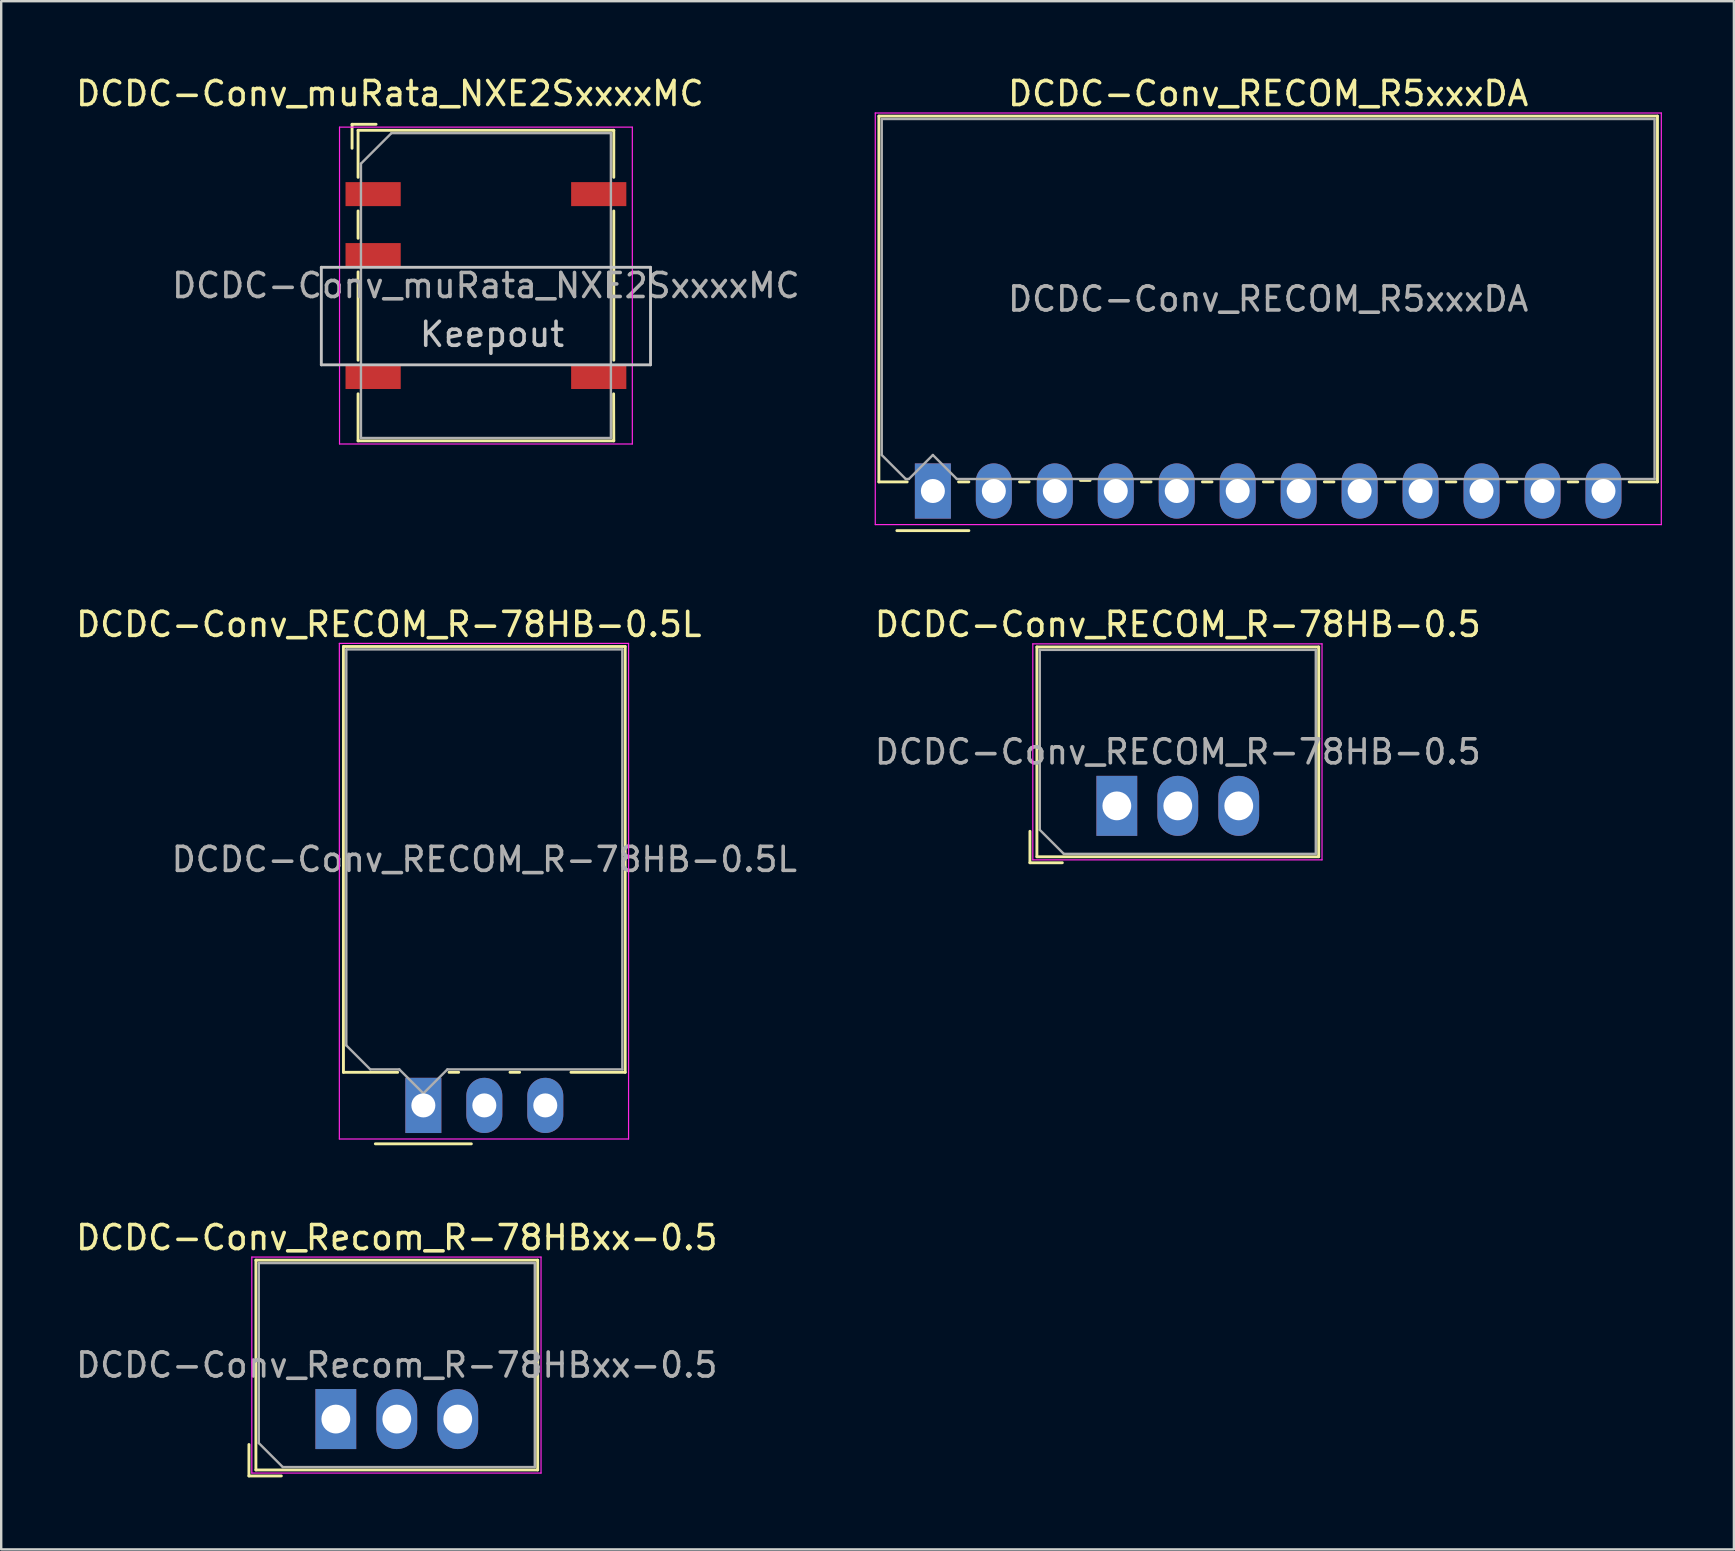
<source format=kicad_pcb>
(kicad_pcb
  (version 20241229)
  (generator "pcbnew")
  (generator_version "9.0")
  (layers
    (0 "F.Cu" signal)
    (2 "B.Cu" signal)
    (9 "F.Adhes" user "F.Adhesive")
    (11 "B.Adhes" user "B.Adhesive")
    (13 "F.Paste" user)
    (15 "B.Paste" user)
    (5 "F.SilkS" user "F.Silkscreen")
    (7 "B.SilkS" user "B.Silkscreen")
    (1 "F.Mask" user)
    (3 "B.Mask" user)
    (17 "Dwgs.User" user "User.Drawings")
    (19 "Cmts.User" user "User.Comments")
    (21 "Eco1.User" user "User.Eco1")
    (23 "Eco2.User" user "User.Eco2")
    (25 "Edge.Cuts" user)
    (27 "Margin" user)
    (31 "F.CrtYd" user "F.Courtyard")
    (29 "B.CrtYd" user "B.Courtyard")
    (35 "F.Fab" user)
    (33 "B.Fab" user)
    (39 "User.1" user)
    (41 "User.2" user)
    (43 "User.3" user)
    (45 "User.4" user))
  (footprint "DCDC-Conv_Recom_R-78HBxx-0.5"
    (layer "F.Cu")
    (at 10.942 56.075)
    (property "Reference" "DCDC-Conv_Recom_R-78HBxx-0.5" (at 2.54 -7.56 0) (layer "F.SilkS") (effects (font (size 1 1) (thickness 0.15))))
    (attr through_hole)
    (fp_line (start -3.62 1.06) (end -3.62 2.37) (stroke (width 0.12) (type solid)) (layer "F.SilkS"))
    (fp_line (start -3.62 2.37) (end -2.27 2.37) (stroke (width 0.12) (type solid)) (layer "F.SilkS"))
    (fp_line (start -3.33 -6.62) (end -3.33 2.12) (stroke (width 0.12) (type solid)) (layer "F.SilkS"))
    (fp_line (start -3.33 -6.62) (end 8.41 -6.62) (stroke (width 0.12) (type solid)) (layer "F.SilkS"))
    (fp_line (start -3.33 2.12) (end 8.41 2.12) (stroke (width 0.12) (type solid)) (layer "F.SilkS"))
    (fp_line (start 8.41 -6.62) (end 8.41 2.12) (stroke (width 0.12) (type solid)) (layer "F.SilkS"))
    (fp_line (start -3.5 -6.75) (end -3.5 2.25) (stroke (width 0.05) (type solid)) (layer "F.CrtYd"))
    (fp_line (start -3.5 2.25) (end 8.55 2.25) (stroke (width 0.05) (type solid)) (layer "F.CrtYd"))
    (fp_line (start 8.55 -6.75) (end -3.5 -6.75) (stroke (width 0.05) (type solid)) (layer "F.CrtYd"))
    (fp_line (start 8.55 2.25) (end 8.55 -6.75) (stroke (width 0.05) (type solid)) (layer "F.CrtYd"))
    (fp_line (start -3.21 -6.5) (end 8.29 -6.5) (stroke (width 0.1) (type solid)) (layer "F.Fab"))
    (fp_line (start -3.21 1) (end -3.21 -6.5) (stroke (width 0.1) (type solid)) (layer "F.Fab"))
    (fp_line (start -2.21 2) (end -3.21 1) (stroke (width 0.1) (type solid)) (layer "F.Fab"))
    (fp_line (start 8.29 -6.5) (end 8.29 2) (stroke (width 0.1) (type solid)) (layer "F.Fab"))
    (fp_line (start 8.29 2) (end -2.21 2) (stroke (width 0.1) (type solid)) (layer "F.Fab"))
    (fp_text user "${REFERENCE}" (at 2.54 -2.25 0) (layer "F.Fab") (effects (font (size 1 1) (thickness 0.15))))
    (pad "1" thru_hole rect (at 0 0) (size 1.7 2.5) (drill 1.2) (layers "*.Cu" "*.Mask"))
    (pad "2" thru_hole oval (at 2.54 0) (size 1.7 2.5) (drill 1.2) (layers "*.Cu" "*.Mask"))
    (pad "3" thru_hole oval (at 5.08 0) (size 1.7 2.5) (drill 1.2) (layers "*.Cu" "*.Mask")))
  (footprint "DCDC-Conv_muRata_NXE2SxxxxMC"
    (layer "F.Cu")
    (at 17.196 8.848)
    (property "Reference" "DCDC-Conv_muRata_NXE2SxxxxMC" (at -4 -8 0) (layer "F.SilkS") (effects (font (size 1 1) (thickness 0.15))))
    (attr smd)
    (fp_line (start -5.577 -6.72) (end -5.577 -5.72) (stroke (width 0.12) (type solid)) (layer "F.SilkS"))
    (fp_line (start -5.327 -6.47) (end 5.327 -6.47) (stroke (width 0.12) (type solid)) (layer "F.SilkS"))
    (fp_line (start -5.327 -4.51) (end -5.327 -6.47) (stroke (width 0.12) (type solid)) (layer "F.SilkS"))
    (fp_line (start -5.327 -1.97) (end -5.327 -3.11) (stroke (width 0.12) (type solid)) (layer "F.SilkS"))
    (fp_line (start -5.327 3.11) (end -5.327 -0.57) (stroke (width 0.12) (type solid)) (layer "F.SilkS"))
    (fp_line (start -5.327 6.47) (end -5.327 4.51) (stroke (width 0.12) (type solid)) (layer "F.SilkS"))
    (fp_line (start -4.577 -6.72) (end -5.577 -6.72) (stroke (width 0.12) (type solid)) (layer "F.SilkS"))
    (fp_line (start 5.32 4.51) (end 5.327 6.47) (stroke (width 0.12) (type solid)) (layer "F.SilkS"))
    (fp_line (start 5.327 -6.47) (end 5.327 -4.51) (stroke (width 0.12) (type solid)) (layer "F.SilkS"))
    (fp_line (start 5.327 -3.11) (end 5.327 3.11) (stroke (width 0.12) (type solid)) (layer "F.SilkS"))
    (fp_line (start 5.327 6.47) (end -5.327 6.47) (stroke (width 0.12) (type solid)) (layer "F.SilkS"))
    (fp_line (start -6.858 -0.762) (end 6.858 -0.762) (stroke (width 0.12) (type solid)) (layer "Dwgs.User"))
    (fp_line (start -6.858 3.302) (end -6.858 -0.762) (stroke (width 0.12) (type solid)) (layer "Dwgs.User"))
    (fp_line (start 6.858 -0.762) (end 6.858 3.302) (stroke (width 0.12) (type solid)) (layer "Dwgs.User"))
    (fp_line (start 6.858 3.302) (end -6.858 3.302) (stroke (width 0.12) (type solid)) (layer "Dwgs.User"))
    (fp_line (start -6.1 6.6) (end -6.1 -6.6) (stroke (width 0.05) (type solid)) (layer "F.CrtYd"))
    (fp_line (start 6.1 -6.6) (end -6.1 -6.6) (stroke (width 0.05) (type solid)) (layer "F.CrtYd"))
    (fp_line (start 6.1 -6.6) (end 6.1 6.6) (stroke (width 0.05) (type solid)) (layer "F.CrtYd"))
    (fp_line (start 6.1 6.6) (end -6.1 6.6) (stroke (width 0.05) (type solid)) (layer "F.CrtYd"))
    (fp_line (start -5.207 6.35) (end -5.207 -5.08) (stroke (width 0.1) (type solid)) (layer "F.Fab"))
    (fp_line (start -3.937 -6.35) (end -5.207 -5.08) (stroke (width 0.1) (type solid)) (layer "F.Fab"))
    (fp_line (start -3.937 -6.35) (end 5.207 -6.35) (stroke (width 0.1) (type solid)) (layer "F.Fab"))
    (fp_line (start 5.207 -6.35) (end 5.207 6.35) (stroke (width 0.1) (type solid)) (layer "F.Fab"))
    (fp_line (start 5.207 6.35) (end -5.207 6.35) (stroke (width 0.1) (type solid)) (layer "F.Fab"))
    (fp_text user "Keepout" (at 0.254 2.032 0) (layer "Dwgs.User") (effects (font (size 1 1) (thickness 0.15))))
    (fp_text user "${REFERENCE}" (at 0 0 0) (layer "F.Fab") (effects (font (size 1 1) (thickness 0.15))))
    (pad "1" smd rect (at -4.7 -3.81 270) (size 1 2.3) (layers "F.Cu" "F.Mask" "F.Paste"))
    (pad "3" smd rect (at -4.7 -1.27 270) (size 1 2.3) (layers "F.Cu" "F.Mask" "F.Paste"))
    (pad "7" smd rect (at -4.7 3.81 270) (size 1 2.3) (layers "F.Cu" "F.Mask" "F.Paste"))
    (pad "8" smd rect (at 4.7 3.81 270) (size 1 2.3) (layers "F.Cu" "F.Mask" "F.Paste"))
    (pad "14" smd rect (at 4.7 -3.81 270) (size 1 2.3) (layers "F.Cu" "F.Mask" "F.Paste")))
  (footprint "DCDC-Conv_RECOM_R-78HB-0.5L"
    (layer "F.Cu")
    (at 14.589 43.007)
    (property "Reference" "DCDC-Conv_RECOM_R-78HB-0.5L" (at -1.44 -20.04 0) (layer "F.SilkS") (effects (font (size 1 1) (thickness 0.15))))
    (attr through_hole)
    (fp_line (start -3.33 -19.12) (end -3.33 -1.38) (stroke (width 0.12) (type solid)) (layer "F.SilkS"))
    (fp_line (start -3.33 -19.12) (end 8.41 -19.12) (stroke (width 0.12) (type solid)) (layer "F.SilkS"))
    (fp_line (start -3.33 -1.38) (end -1.07 -1.38) (stroke (width 0.12) (type solid)) (layer "F.SilkS"))
    (fp_line (start -2 1.6) (end 2 1.6) (stroke (width 0.12) (type solid)) (layer "F.SilkS"))
    (fp_line (start 1.07 -1.38) (end 1.471 -1.38) (stroke (width 0.12) (type solid)) (layer "F.SilkS"))
    (fp_line (start 3.61 -1.38) (end 4.01 -1.38) (stroke (width 0.12) (type solid)) (layer "F.SilkS"))
    (fp_line (start 6.15 -1.38) (end 8.41 -1.38) (stroke (width 0.12) (type solid)) (layer "F.SilkS"))
    (fp_line (start 8.41 -19.12) (end 8.41 -1.38) (stroke (width 0.12) (type solid)) (layer "F.SilkS"))
    (fp_line (start -3.5 -19.25) (end -3.5 1.4) (stroke (width 0.05) (type solid)) (layer "F.CrtYd"))
    (fp_line (start -3.5 1.4) (end 8.55 1.4) (stroke (width 0.05) (type solid)) (layer "F.CrtYd"))
    (fp_line (start 8.55 -19.25) (end -3.5 -19.25) (stroke (width 0.05) (type solid)) (layer "F.CrtYd"))
    (fp_line (start 8.55 1.4) (end 8.55 -19.25) (stroke (width 0.05) (type solid)) (layer "F.CrtYd"))
    (fp_line (start -3.21 -19) (end 8.29 -19) (stroke (width 0.1) (type solid)) (layer "F.Fab"))
    (fp_line (start -3.21 -2.5) (end -3.21 -19) (stroke (width 0.1) (type solid)) (layer "F.Fab"))
    (fp_line (start -2.21 -1.5) (end -3.21 -2.5) (stroke (width 0.1) (type solid)) (layer "F.Fab"))
    (fp_line (start -1 -1.5) (end -2.21 -1.5) (stroke (width 0.1) (type solid)) (layer "F.Fab"))
    (fp_line (start -1 -1.5) (end 0 -0.5) (stroke (width 0.1) (type solid)) (layer "F.Fab"))
    (fp_line (start 0 -0.5) (end 1 -1.5) (stroke (width 0.1) (type solid)) (layer "F.Fab"))
    (fp_line (start 8.29 -19) (end 8.29 -1.5) (stroke (width 0.1) (type solid)) (layer "F.Fab"))
    (fp_line (start 8.29 -1.5) (end 1 -1.5) (stroke (width 0.1) (type solid)) (layer "F.Fab"))
    (fp_text user "${REFERENCE}" (at 2.54 -10.25 0) (layer "F.Fab") (effects (font (size 1 1) (thickness 0.15))))
    (pad "1" thru_hole rect (at 0 0) (size 1.5 2.3) (drill 1) (layers "*.Cu" "*.Mask"))
    (pad "2" thru_hole oval (at 2.54 0) (size 1.5 2.3) (drill 1) (layers "*.Cu" "*.Mask"))
    (pad "3" thru_hole oval (at 5.08 0) (size 1.5 2.3) (drill 1) (layers "*.Cu" "*.Mask")))
  (footprint "DCDC-Conv_RECOM_R-78HB-0.5"
    (layer "F.Cu")
    (at 43.482 30.526)
    (property "Reference" "DCDC-Conv_RECOM_R-78HB-0.5" (at 2.54 -7.56 0) (layer "F.SilkS") (effects (font (size 1 1) (thickness 0.15))))
    (attr through_hole)
    (fp_line (start -3.62 1.06) (end -3.62 2.37) (stroke (width 0.12) (type solid)) (layer "F.SilkS"))
    (fp_line (start -3.62 2.37) (end -2.27 2.37) (stroke (width 0.12) (type solid)) (layer "F.SilkS"))
    (fp_line (start -3.33 -6.62) (end -3.33 2.12) (stroke (width 0.12) (type solid)) (layer "F.SilkS"))
    (fp_line (start -3.33 -6.62) (end 8.41 -6.62) (stroke (width 0.12) (type solid)) (layer "F.SilkS"))
    (fp_line (start -3.33 2.12) (end 8.41 2.12) (stroke (width 0.12) (type solid)) (layer "F.SilkS"))
    (fp_line (start 8.41 -6.62) (end 8.41 2.12) (stroke (width 0.12) (type solid)) (layer "F.SilkS"))
    (fp_line (start -3.5 -6.75) (end -3.5 2.25) (stroke (width 0.05) (type solid)) (layer "F.CrtYd"))
    (fp_line (start -3.5 2.25) (end 8.55 2.25) (stroke (width 0.05) (type solid)) (layer "F.CrtYd"))
    (fp_line (start 8.55 -6.75) (end -3.5 -6.75) (stroke (width 0.05) (type solid)) (layer "F.CrtYd"))
    (fp_line (start 8.55 2.25) (end 8.55 -6.75) (stroke (width 0.05) (type solid)) (layer "F.CrtYd"))
    (fp_line (start -3.21 -6.5) (end 8.29 -6.5) (stroke (width 0.1) (type solid)) (layer "F.Fab"))
    (fp_line (start -3.21 1) (end -3.21 -6.5) (stroke (width 0.1) (type solid)) (layer "F.Fab"))
    (fp_line (start -2.21 2) (end -3.21 1) (stroke (width 0.1) (type solid)) (layer "F.Fab"))
    (fp_line (start 8.29 -6.5) (end 8.29 2) (stroke (width 0.1) (type solid)) (layer "F.Fab"))
    (fp_line (start 8.29 2) (end -2.21 2) (stroke (width 0.1) (type solid)) (layer "F.Fab"))
    (fp_text user "${REFERENCE}" (at 2.54 -2.25 0) (layer "F.Fab") (effects (font (size 1 1) (thickness 0.15))))
    (pad "1" thru_hole rect (at 0 0) (size 1.7 2.5) (drill 1.2) (layers "*.Cu" "*.Mask"))
    (pad "2" thru_hole oval (at 2.54 0) (size 1.7 2.5) (drill 1.2) (layers "*.Cu" "*.Mask"))
    (pad "3" thru_hole oval (at 5.08 0) (size 1.7 2.5) (drill 1.2) (layers "*.Cu" "*.Mask")))
  (footprint "DCDC-Conv_RECOM_R5xxxDA"
    (layer "F.Cu")
    (at 35.818 17.408)
    (property "Reference" "DCDC-Conv_RECOM_R5xxxDA" (at 13.97 -16.56 0) (layer "F.SilkS") (effects (font (size 1 1) (thickness 0.15))))
    (attr through_hole)
    (fp_line (start -2.25 -15.62) (end -2.25 -0.38) (stroke (width 0.12) (type solid)) (layer "F.SilkS"))
    (fp_line (start -2.25 -15.62) (end 30.19 -15.62) (stroke (width 0.12) (type solid)) (layer "F.SilkS"))
    (fp_line (start -2.25 -0.38) (end -1.07 -0.38) (stroke (width 0.12) (type solid)) (layer "F.SilkS"))
    (fp_line (start -1.5 1.65) (end 1.5 1.65) (stroke (width 0.12) (type solid)) (layer "F.SilkS"))
    (fp_line (start 1.07 -0.38) (end 1.5 -0.38) (stroke (width 0.12) (type solid)) (layer "F.SilkS"))
    (fp_line (start 3.61 -0.38) (end 4.01 -0.38) (stroke (width 0.12) (type solid)) (layer "F.SilkS"))
    (fp_line (start 6.15 -0.441) (end 6.551 -0.441) (stroke (width 0.12) (type solid)) (layer "F.SilkS"))
    (fp_line (start 8.69 -0.38) (end 9.09 -0.38) (stroke (width 0.12) (type solid)) (layer "F.SilkS"))
    (fp_line (start 11.23 -0.38) (end 11.63 -0.38) (stroke (width 0.12) (type solid)) (layer "F.SilkS"))
    (fp_line (start 13.77 -0.38) (end 14.17 -0.38) (stroke (width 0.12) (type solid)) (layer "F.SilkS"))
    (fp_line (start 16.31 -0.38) (end 16.71 -0.38) (stroke (width 0.12) (type solid)) (layer "F.SilkS"))
    (fp_line (start 18.85 -0.38) (end 19.25 -0.38) (stroke (width 0.12) (type solid)) (layer "F.SilkS"))
    (fp_line (start 21.39 -0.38) (end 21.79 -0.38) (stroke (width 0.12) (type solid)) (layer "F.SilkS"))
    (fp_line (start 23.93 -0.38) (end 24.33 -0.38) (stroke (width 0.12) (type solid)) (layer "F.SilkS"))
    (fp_line (start 26.47 -0.38) (end 26.87 -0.38) (stroke (width 0.12) (type solid)) (layer "F.SilkS"))
    (fp_line (start 29.01 -0.38) (end 30.19 -0.38) (stroke (width 0.12) (type solid)) (layer "F.SilkS"))
    (fp_line (start 30.19 -15.62) (end 30.19 -0.38) (stroke (width 0.12) (type solid)) (layer "F.SilkS"))
    (fp_line (start -2.4 -15.75) (end -2.4 1.4) (stroke (width 0.05) (type solid)) (layer "F.CrtYd"))
    (fp_line (start -2.4 1.4) (end 30.35 1.4) (stroke (width 0.05) (type solid)) (layer "F.CrtYd"))
    (fp_line (start 30.35 -15.75) (end -2.4 -15.75) (stroke (width 0.05) (type solid)) (layer "F.CrtYd"))
    (fp_line (start 30.35 1.4) (end 30.35 -15.75) (stroke (width 0.05) (type solid)) (layer "F.CrtYd"))
    (fp_line (start -2.13 -15.5) (end 30.07 -15.5) (stroke (width 0.1) (type solid)) (layer "F.Fab"))
    (fp_line (start -2.13 -1.5) (end -2.13 -15.5) (stroke (width 0.1) (type solid)) (layer "F.Fab"))
    (fp_line (start -1.13 -0.5) (end -2.13 -1.5) (stroke (width 0.1) (type solid)) (layer "F.Fab"))
    (fp_line (start -1 -0.5) (end -1.13 -0.5) (stroke (width 0.1) (type solid)) (layer "F.Fab"))
    (fp_line (start 0 -1.5) (end -1 -0.5) (stroke (width 0.1) (type solid)) (layer "F.Fab"))
    (fp_line (start 1 -0.5) (end 0 -1.5) (stroke (width 0.1) (type solid)) (layer "F.Fab"))
    (fp_line (start 30.07 -15.5) (end 30.07 -0.5) (stroke (width 0.1) (type solid)) (layer "F.Fab"))
    (fp_line (start 30.07 -0.5) (end 1 -0.5) (stroke (width 0.1) (type solid)) (layer "F.Fab"))
    (fp_text user "${REFERENCE}" (at 13.97 -8 0) (layer "F.Fab") (effects (font (size 1 1) (thickness 0.15))))
    (pad "1" thru_hole rect (at 0 0) (size 1.5 2.3) (drill 1) (layers "*.Cu" "*.Mask"))
    (pad "2" thru_hole oval (at 2.54 0) (size 1.5 2.3) (drill 1) (layers "*.Cu" "*.Mask"))
    (pad "3" thru_hole oval (at 5.08 0) (size 1.5 2.3) (drill 1) (layers "*.Cu" "*.Mask"))
    (pad "4" thru_hole oval (at 7.62 0) (size 1.5 2.3) (drill 1) (layers "*.Cu" "*.Mask"))
    (pad "5" thru_hole oval (at 10.16 0) (size 1.5 2.3) (drill 1) (layers "*.Cu" "*.Mask"))
    (pad "6" thru_hole oval (at 12.7 0) (size 1.5 2.3) (drill 1) (layers "*.Cu" "*.Mask"))
    (pad "7" thru_hole oval (at 15.24 0) (size 1.5 2.3) (drill 1) (layers "*.Cu" "*.Mask"))
    (pad "8" thru_hole oval (at 17.78 0) (size 1.5 2.3) (drill 1) (layers "*.Cu" "*.Mask"))
    (pad "9" thru_hole oval (at 20.32 0) (size 1.5 2.3) (drill 1) (layers "*.Cu" "*.Mask"))
    (pad "10" thru_hole oval (at 22.86 0) (size 1.5 2.3) (drill 1) (layers "*.Cu" "*.Mask"))
    (pad "11" thru_hole oval (at 25.4 0) (size 1.5 2.3) (drill 1) (layers "*.Cu" "*.Mask"))
    (pad "12" thru_hole oval (at 27.94 0) (size 1.5 2.3) (drill 1) (layers "*.Cu" "*.Mask")))
  (gr_rect
    (start -3 -3)
    (end 69.193 61.505)
    (stroke (width 0.1) (type default))
    (fill no)
    (layer "Edge.Cuts")))
</source>
